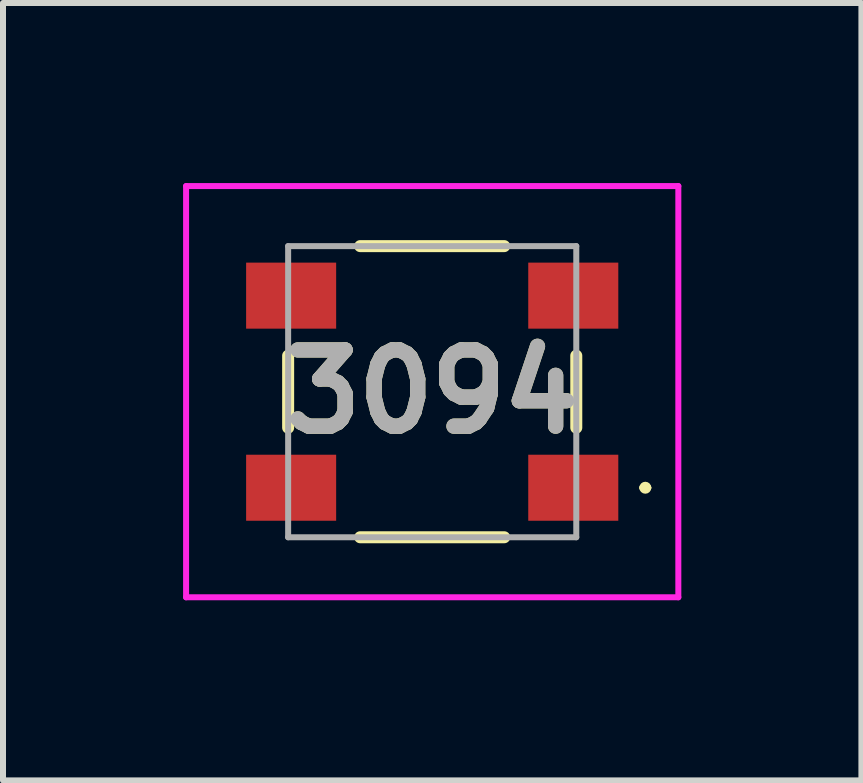
<source format=kicad_pcb>
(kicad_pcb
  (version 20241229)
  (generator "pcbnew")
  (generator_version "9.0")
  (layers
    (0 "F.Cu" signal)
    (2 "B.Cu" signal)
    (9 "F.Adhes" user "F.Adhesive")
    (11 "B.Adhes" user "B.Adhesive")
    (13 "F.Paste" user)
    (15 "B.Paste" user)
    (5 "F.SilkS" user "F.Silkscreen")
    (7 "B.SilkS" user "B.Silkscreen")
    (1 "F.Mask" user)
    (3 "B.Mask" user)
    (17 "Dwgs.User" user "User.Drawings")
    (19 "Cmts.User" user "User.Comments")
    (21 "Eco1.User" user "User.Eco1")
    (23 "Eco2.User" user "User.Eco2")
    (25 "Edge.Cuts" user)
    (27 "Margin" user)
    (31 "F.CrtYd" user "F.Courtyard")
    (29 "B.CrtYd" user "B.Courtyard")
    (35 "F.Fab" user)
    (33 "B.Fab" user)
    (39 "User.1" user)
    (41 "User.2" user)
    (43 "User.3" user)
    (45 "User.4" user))
  (footprint "3094"
    (layer "F.Cu")
    (at 4.15 3.475)
    (property "Reference" "3094" (at 0 0 0) (layer "F.SilkS") (effects (font (size 1.27 1.27) (thickness 0.254))))
    (attr smd)
    (fp_line (start -2.4 -0.6) (end -2.4 0.6) (stroke (width 0.2) (type solid)) (layer "F.SilkS"))
    (fp_line (start -1.2 -2.425) (end 1.2 -2.425) (stroke (width 0.2) (type solid)) (layer "F.SilkS"))
    (fp_line (start -1.2 2.425) (end 1.2 2.425) (stroke (width 0.2) (type solid)) (layer "F.SilkS"))
    (fp_line (start 2.4 -0.6) (end 2.4 0.6) (stroke (width 0.2) (type solid)) (layer "F.SilkS"))
    (fp_line (start 3.5 1.6) (end 3.5 1.6) (stroke (width 0.1) (type solid)) (layer "F.SilkS"))
    (fp_line (start 3.6 1.6) (end 3.6 1.6) (stroke (width 0.1) (type solid)) (layer "F.SilkS"))
    (fp_arc (start 3.5 1.6) (mid 3.55 1.55) (end 3.6 1.6) (stroke (width 0.1) (type solid)) (layer "F.SilkS"))
    (fp_arc (start 3.6 1.6) (mid 3.55 1.65) (end 3.5 1.6) (stroke (width 0.1) (type solid)) (layer "F.SilkS"))
    (fp_line (start -4.1 -3.425) (end 4.1 -3.425) (stroke (width 0.1) (type solid)) (layer "F.CrtYd"))
    (fp_line (start -4.1 3.425) (end -4.1 -3.425) (stroke (width 0.1) (type solid)) (layer "F.CrtYd"))
    (fp_line (start 4.1 -3.425) (end 4.1 3.425) (stroke (width 0.1) (type solid)) (layer "F.CrtYd"))
    (fp_line (start 4.1 3.425) (end -4.1 3.425) (stroke (width 0.1) (type solid)) (layer "F.CrtYd"))
    (fp_line (start -2.4 -2.425) (end 2.4 -2.425) (stroke (width 0.1) (type solid)) (layer "F.Fab"))
    (fp_line (start -2.4 2.425) (end -2.4 -2.425) (stroke (width 0.1) (type solid)) (layer "F.Fab"))
    (fp_line (start 2.4 -2.425) (end 2.4 2.425) (stroke (width 0.1) (type solid)) (layer "F.Fab"))
    (fp_line (start 2.4 2.425) (end -2.4 2.425) (stroke (width 0.1) (type solid)) (layer "F.Fab"))
    (fp_text user "${REFERENCE}" (at 0 0 0) (layer "F.Fab") (effects (font (size 1.27 1.27) (thickness 0.254))))
    (pad "1" smd rect (at 2.35 1.6 90) (size 1.1 1.5) (layers "F.Cu" "F.Mask" "F.Paste"))
    (pad "2" smd rect (at 2.35 -1.6 90) (size 1.1 1.5) (layers "F.Cu" "F.Mask" "F.Paste"))
    (pad "3" smd rect (at -2.35 -1.6 90) (size 1.1 1.5) (layers "F.Cu" "F.Mask" "F.Paste"))
    (pad "4" smd rect (at -2.35 1.6 90) (size 1.1 1.5) (layers "F.Cu" "F.Mask" "F.Paste")))
  (gr_rect
    (start -3 -3)
    (end 11.3 9.95)
    (stroke (width 0.1) (type default))
    (fill no)
    (layer "Edge.Cuts")))
</source>
